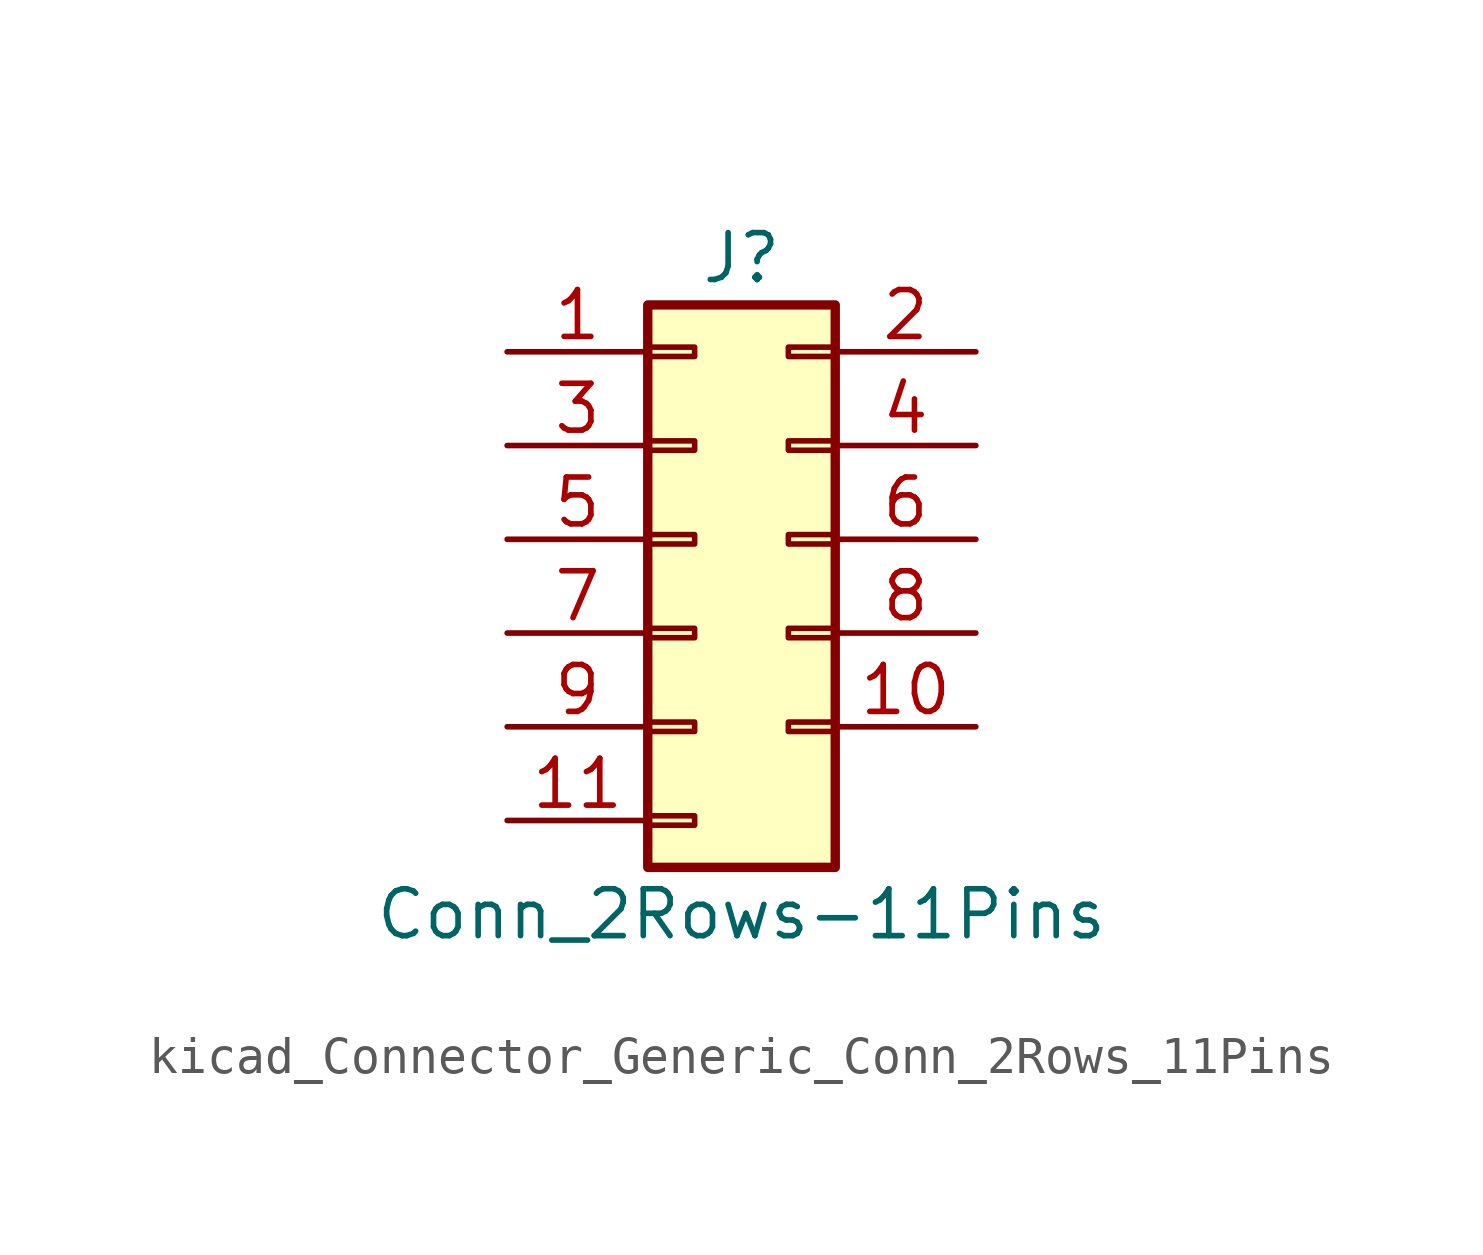
<source format=kicad_sym>
(kicad_symbol_lib
  (version 20220914)
  (generator kicad_symbol_editor)
  (symbol "kicad_Connector_Generic_Conn_2Rows_11Pins"
    (pin_names
      (offset 1.016) hide)
    (property "Reference" "J"
      (at 1.27 7.62 0)
      (effects (font (size 1.27 1.27))))
    (property "Value" "Conn_2Rows-11Pins"
      (at 1.27 -10.16 0)
      (effects (font (size 1.27 1.27))))
    (symbol "kicad_Connector_Generic_Conn_2Rows_11Pins_1_1"
      (rectangle (start -1.27 -7.493) (end 0 -7.747) (stroke (width 0.152) (type default)) (fill (type none)))
      (rectangle (start -1.27 -4.953) (end 0 -5.207) (stroke (width 0.152) (type default)) (fill (type none)))
      (rectangle (start -1.27 -2.413) (end 0 -2.667) (stroke (width 0.152) (type default)) (fill (type none)))
      (rectangle (start -1.27 0.127) (end 0 -0.127) (stroke (width 0.152) (type default)) (fill (type none)))
      (rectangle (start -1.27 2.667) (end 0 2.413) (stroke (width 0.152) (type default)) (fill (type none)))
      (rectangle (start -1.27 5.207) (end 0 4.953) (stroke (width 0.152) (type default)) (fill (type none)))
      (rectangle (start -1.27 6.35) (end 3.81 -8.89) (stroke (width 0.254) (type default)) (fill (type background)))
      (rectangle (start 3.81 -4.953) (end 2.54 -5.207) (stroke (width 0.152) (type default)) (fill (type none)))
      (rectangle (start 3.81 -2.413) (end 2.54 -2.667) (stroke (width 0.152) (type default)) (fill (type none)))
      (rectangle (start 3.81 0.127) (end 2.54 -0.127) (stroke (width 0.152) (type default)) (fill (type none)))
      (rectangle (start 3.81 2.667) (end 2.54 2.413) (stroke (width 0.152) (type default)) (fill (type none)))
      (rectangle (start 3.81 5.207) (end 2.54 4.953) (stroke (width 0.152) (type default)) (fill (type none)))
      (pin passive line (at -5.08 5.08 0) (length 3.81) (name "Pin_1" (effects (font (size 1.27 1.27)))) (number "1" (effects (font (size 1.27 1.27)))))
      (pin passive line (at 7.62 -5.08 180) (length 3.81) (name "Pin_10" (effects (font (size 1.27 1.27)))) (number "10" (effects (font (size 1.27 1.27)))))
      (pin passive line (at -5.08 -7.62 0) (length 3.81) (name "Pin_11" (effects (font (size 1.27 1.27)))) (number "11" (effects (font (size 1.27 1.27)))))
      (pin passive line (at 7.62 5.08 180) (length 3.81) (name "Pin_2" (effects (font (size 1.27 1.27)))) (number "2" (effects (font (size 1.27 1.27)))))
      (pin passive line (at -5.08 2.54 0) (length 3.81) (name "Pin_3" (effects (font (size 1.27 1.27)))) (number "3" (effects (font (size 1.27 1.27)))))
      (pin passive line (at 7.62 2.54 180) (length 3.81) (name "Pin_4" (effects (font (size 1.27 1.27)))) (number "4" (effects (font (size 1.27 1.27)))))
      (pin passive line (at -5.08 0 0) (length 3.81) (name "Pin_5" (effects (font (size 1.27 1.27)))) (number "5" (effects (font (size 1.27 1.27)))))
      (pin passive line (at 7.62 0 180) (length 3.81) (name "Pin_6" (effects (font (size 1.27 1.27)))) (number "6" (effects (font (size 1.27 1.27)))))
      (pin passive line (at -5.08 -2.54 0) (length 3.81) (name "Pin_7" (effects (font (size 1.27 1.27)))) (number "7" (effects (font (size 1.27 1.27)))))
      (pin passive line (at 7.62 -2.54 180) (length 3.81) (name "Pin_8" (effects (font (size 1.27 1.27)))) (number "8" (effects (font (size 1.27 1.27)))))
      (pin passive line (at -5.08 -5.08 0) (length 3.81) (name "Pin_9" (effects (font (size 1.27 1.27)))) (number "9" (effects (font (size 1.27 1.27))))))))
</source>
